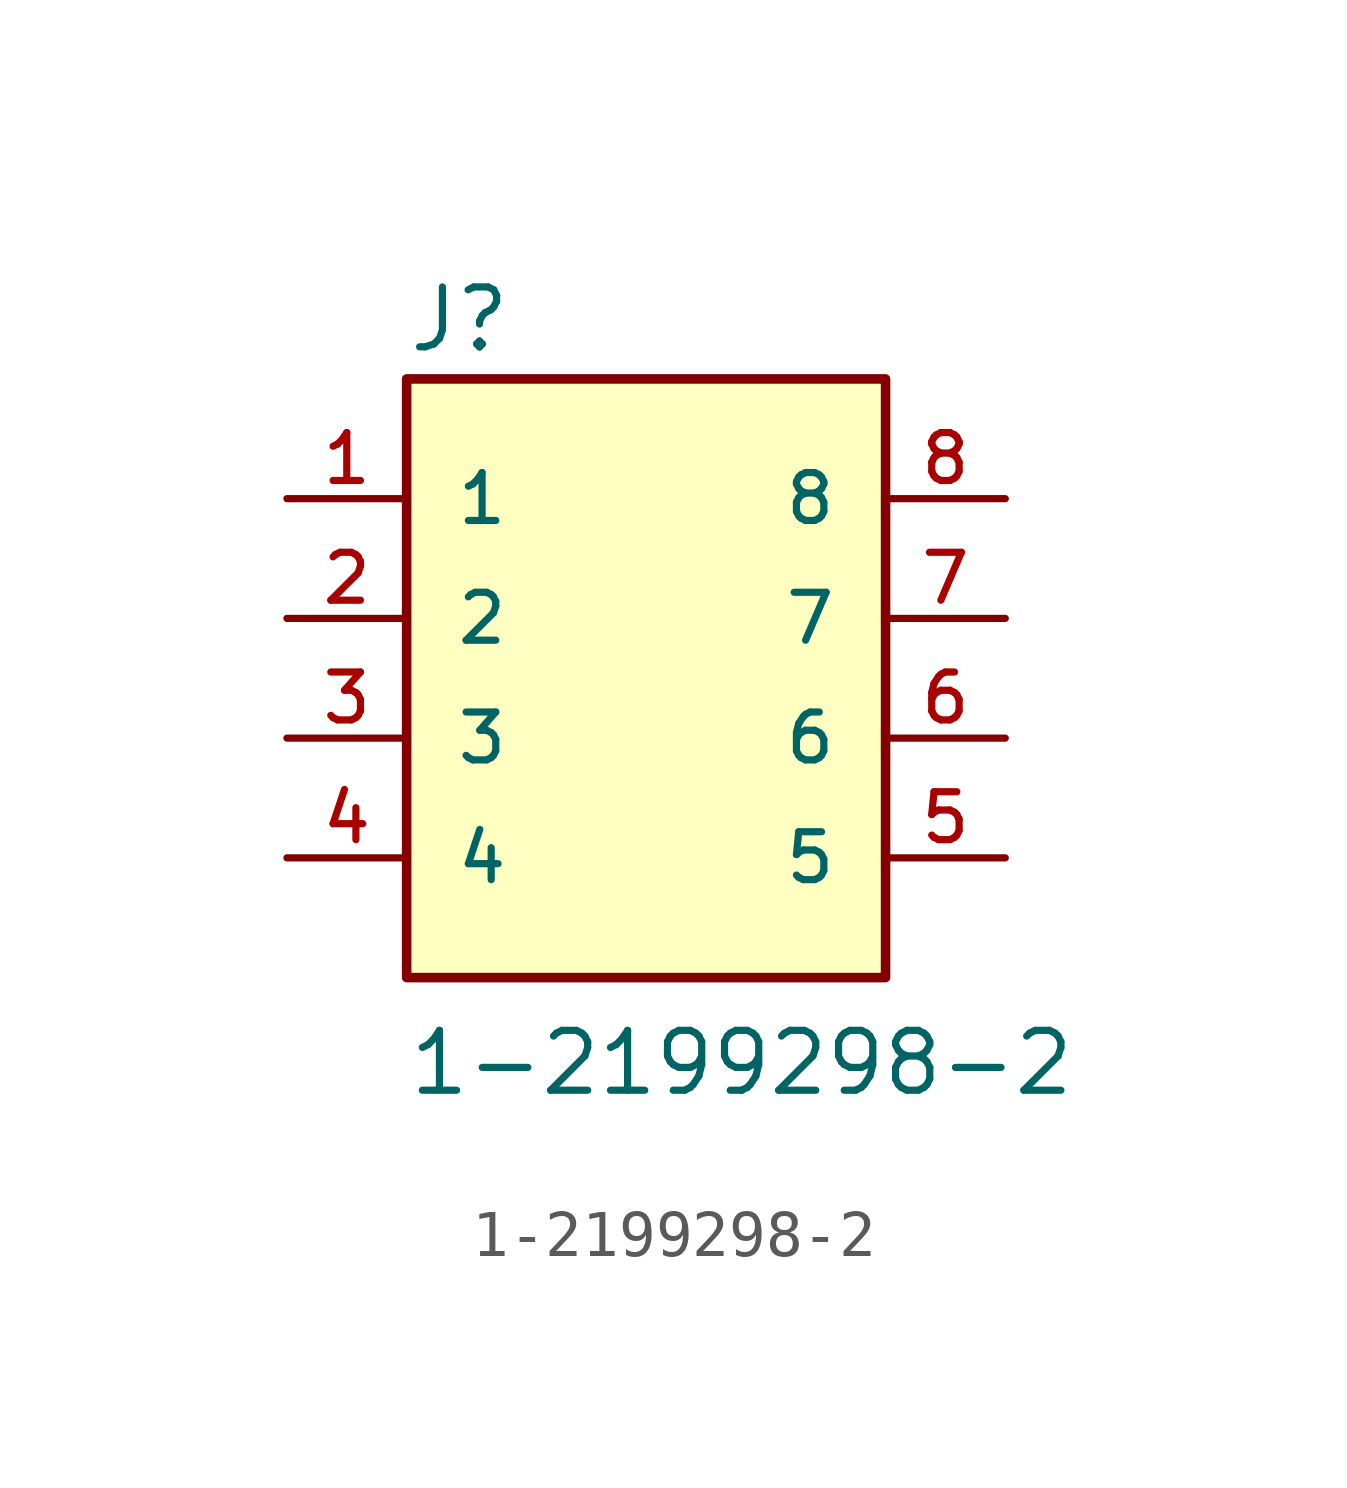
<source format=kicad_sym>
(kicad_symbol_lib
  (version 20211014)
  (generator kicad_symbol_editor)
  (symbol "1-2199298-2"
    (pin_names
      (offset 1.016))
    (property "Reference" "J"
      (at -5.086 8.138 0)
      (effects (font (size 1.27 1.27)) (justify bottom left)))
    (property "Value" "1-2199298-2"
      (at -5.089 -7.633 0)
      (effects (font (size 1.27 1.27)) (justify bottom left)))
    (symbol "1-2199298-2_0_0"
      (rectangle (start -5.08 -5.08) (end 5.08 7.62) (stroke (width 0.203)) (fill (type background)))
      (pin passive line (at -7.62 5.08 0) (length 2.54) (name "1" (effects (font (size 1.016 1.016)))) (number "1" (effects (font (size 1.016 1.016)))))
      (pin passive line (at -7.62 2.54 0) (length 2.54) (name "2" (effects (font (size 1.016 1.016)))) (number "2" (effects (font (size 1.016 1.016)))))
      (pin passive line (at -7.62 0.0 0) (length 2.54) (name "3" (effects (font (size 1.016 1.016)))) (number "3" (effects (font (size 1.016 1.016)))))
      (pin passive line (at -7.62 -2.54 0) (length 2.54) (name "4" (effects (font (size 1.016 1.016)))) (number "4" (effects (font (size 1.016 1.016)))))
      (pin passive line (at 7.62 -2.54 180.0) (length 2.54) (name "5" (effects (font (size 1.016 1.016)))) (number "5" (effects (font (size 1.016 1.016)))))
      (pin passive line (at 7.62 0.0 180.0) (length 2.54) (name "6" (effects (font (size 1.016 1.016)))) (number "6" (effects (font (size 1.016 1.016)))))
      (pin passive line (at 7.62 2.54 180.0) (length 2.54) (name "7" (effects (font (size 1.016 1.016)))) (number "7" (effects (font (size 1.016 1.016)))))
      (pin passive line (at 7.62 5.08 180.0) (length 2.54) (name "8" (effects (font (size 1.016 1.016)))) (number "8" (effects (font (size 1.016 1.016))))))))
</source>
